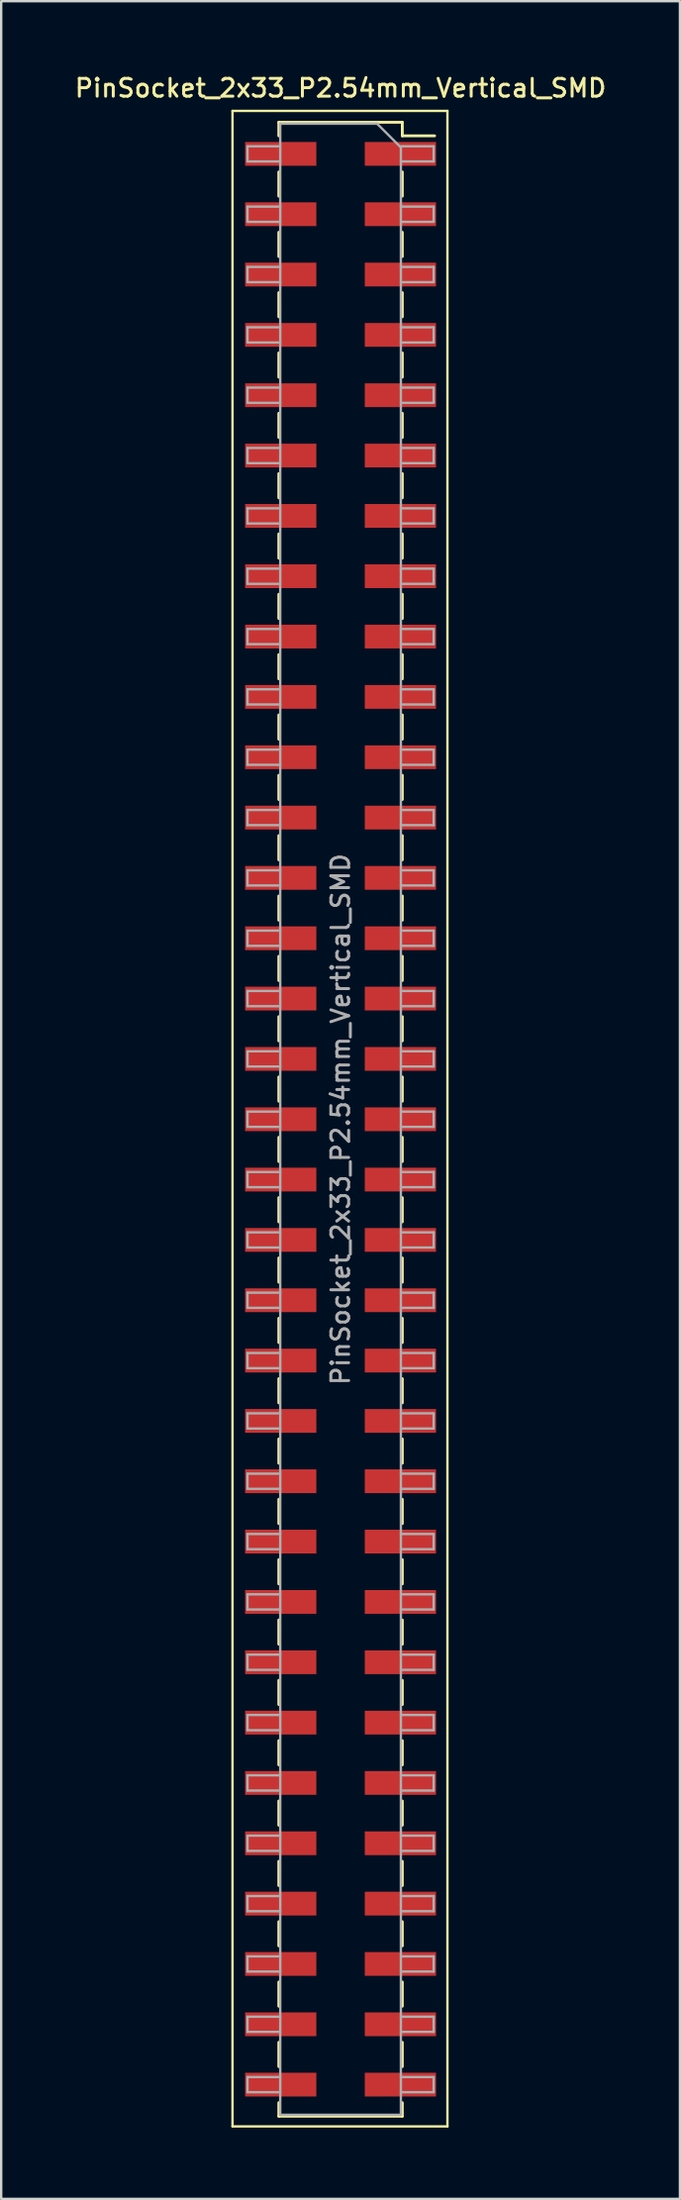
<source format=kicad_pcb>
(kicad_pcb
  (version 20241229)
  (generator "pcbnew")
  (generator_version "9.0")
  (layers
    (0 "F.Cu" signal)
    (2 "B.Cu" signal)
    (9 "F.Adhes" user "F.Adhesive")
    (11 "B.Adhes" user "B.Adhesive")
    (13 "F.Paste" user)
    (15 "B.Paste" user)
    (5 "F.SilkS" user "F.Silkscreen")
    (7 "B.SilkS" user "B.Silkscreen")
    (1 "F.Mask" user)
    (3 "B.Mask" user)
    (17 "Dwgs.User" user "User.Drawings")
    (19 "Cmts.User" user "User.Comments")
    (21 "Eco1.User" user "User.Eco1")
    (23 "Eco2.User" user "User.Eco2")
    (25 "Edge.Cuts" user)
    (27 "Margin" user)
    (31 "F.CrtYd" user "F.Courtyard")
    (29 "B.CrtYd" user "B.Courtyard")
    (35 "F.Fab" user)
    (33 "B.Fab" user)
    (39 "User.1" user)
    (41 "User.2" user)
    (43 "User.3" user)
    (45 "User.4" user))
  (footprint "PinSocket_2x33_P2.54mm_Vertical_SMD"
    (layer "F.Cu")
    (at 11.291 44.068)
    (property "Reference" "PinSocket_2x33_P2.54mm_Vertical_SMD" (at 0 -43.41 0) (layer "F.SilkS") (effects (font (size 0.75 0.75) (thickness 0.125))))
    (attr smd)
    (fp_line (start -4.55 -42.45) (end 4.5 -42.45) (stroke (width 0.1) (type solid)) (layer "F.SilkS"))
    (fp_line (start -4.55 42.4) (end -4.55 -42.45) (stroke (width 0.1) (type solid)) (layer "F.SilkS"))
    (fp_line (start -2.6 -41.97) (end -2.6 -41.4) (stroke (width 0.12) (type solid)) (layer "F.SilkS"))
    (fp_line (start -2.6 -41.97) (end 2.6 -41.97) (stroke (width 0.12) (type solid)) (layer "F.SilkS"))
    (fp_line (start -2.6 -39.88) (end -2.6 -38.86) (stroke (width 0.12) (type solid)) (layer "F.SilkS"))
    (fp_line (start -2.6 -37.34) (end -2.6 -36.32) (stroke (width 0.12) (type solid)) (layer "F.SilkS"))
    (fp_line (start -2.6 -34.8) (end -2.6 -33.78) (stroke (width 0.12) (type solid)) (layer "F.SilkS"))
    (fp_line (start -2.6 -32.26) (end -2.6 -31.24) (stroke (width 0.12) (type solid)) (layer "F.SilkS"))
    (fp_line (start -2.6 -29.72) (end -2.6 -28.7) (stroke (width 0.12) (type solid)) (layer "F.SilkS"))
    (fp_line (start -2.6 -27.18) (end -2.6 -26.16) (stroke (width 0.12) (type solid)) (layer "F.SilkS"))
    (fp_line (start -2.6 -24.64) (end -2.6 -23.62) (stroke (width 0.12) (type solid)) (layer "F.SilkS"))
    (fp_line (start -2.6 -22.1) (end -2.6 -21.08) (stroke (width 0.12) (type solid)) (layer "F.SilkS"))
    (fp_line (start -2.6 -19.56) (end -2.6 -18.54) (stroke (width 0.12) (type solid)) (layer "F.SilkS"))
    (fp_line (start -2.6 -17.02) (end -2.6 -16) (stroke (width 0.12) (type solid)) (layer "F.SilkS"))
    (fp_line (start -2.6 -14.48) (end -2.6 -13.46) (stroke (width 0.12) (type solid)) (layer "F.SilkS"))
    (fp_line (start -2.6 -11.94) (end -2.6 -10.92) (stroke (width 0.12) (type solid)) (layer "F.SilkS"))
    (fp_line (start -2.6 -9.4) (end -2.6 -8.38) (stroke (width 0.12) (type solid)) (layer "F.SilkS"))
    (fp_line (start -2.6 -6.86) (end -2.6 -5.84) (stroke (width 0.12) (type solid)) (layer "F.SilkS"))
    (fp_line (start -2.6 -4.32) (end -2.6 -3.3) (stroke (width 0.12) (type solid)) (layer "F.SilkS"))
    (fp_line (start -2.6 -1.78) (end -2.6 -0.76) (stroke (width 0.12) (type solid)) (layer "F.SilkS"))
    (fp_line (start -2.6 0.76) (end -2.6 1.78) (stroke (width 0.12) (type solid)) (layer "F.SilkS"))
    (fp_line (start -2.6 3.3) (end -2.6 4.32) (stroke (width 0.12) (type solid)) (layer "F.SilkS"))
    (fp_line (start -2.6 5.84) (end -2.6 6.86) (stroke (width 0.12) (type solid)) (layer "F.SilkS"))
    (fp_line (start -2.6 8.38) (end -2.6 9.4) (stroke (width 0.12) (type solid)) (layer "F.SilkS"))
    (fp_line (start -2.6 10.92) (end -2.6 11.94) (stroke (width 0.12) (type solid)) (layer "F.SilkS"))
    (fp_line (start -2.6 13.46) (end -2.6 14.48) (stroke (width 0.12) (type solid)) (layer "F.SilkS"))
    (fp_line (start -2.6 16) (end -2.6 17.02) (stroke (width 0.12) (type solid)) (layer "F.SilkS"))
    (fp_line (start -2.6 18.54) (end -2.6 19.56) (stroke (width 0.12) (type solid)) (layer "F.SilkS"))
    (fp_line (start -2.6 21.08) (end -2.6 22.1) (stroke (width 0.12) (type solid)) (layer "F.SilkS"))
    (fp_line (start -2.6 23.62) (end -2.6 24.64) (stroke (width 0.12) (type solid)) (layer "F.SilkS"))
    (fp_line (start -2.6 26.16) (end -2.6 27.18) (stroke (width 0.12) (type solid)) (layer "F.SilkS"))
    (fp_line (start -2.6 28.7) (end -2.6 29.72) (stroke (width 0.12) (type solid)) (layer "F.SilkS"))
    (fp_line (start -2.6 31.24) (end -2.6 32.26) (stroke (width 0.12) (type solid)) (layer "F.SilkS"))
    (fp_line (start -2.6 33.78) (end -2.6 34.8) (stroke (width 0.12) (type solid)) (layer "F.SilkS"))
    (fp_line (start -2.6 36.32) (end -2.6 37.34) (stroke (width 0.12) (type solid)) (layer "F.SilkS"))
    (fp_line (start -2.6 38.86) (end -2.6 39.88) (stroke (width 0.12) (type solid)) (layer "F.SilkS"))
    (fp_line (start -2.6 41.4) (end -2.6 41.97) (stroke (width 0.12) (type solid)) (layer "F.SilkS"))
    (fp_line (start -2.6 41.97) (end 2.6 41.97) (stroke (width 0.12) (type solid)) (layer "F.SilkS"))
    (fp_line (start 2.6 -41.97) (end 2.6 -41.4) (stroke (width 0.12) (type solid)) (layer "F.SilkS"))
    (fp_line (start 2.6 -41.4) (end 3.96 -41.4) (stroke (width 0.12) (type solid)) (layer "F.SilkS"))
    (fp_line (start 2.6 -39.88) (end 2.6 -38.86) (stroke (width 0.12) (type solid)) (layer "F.SilkS"))
    (fp_line (start 2.6 -37.34) (end 2.6 -36.32) (stroke (width 0.12) (type solid)) (layer "F.SilkS"))
    (fp_line (start 2.6 -34.8) (end 2.6 -33.78) (stroke (width 0.12) (type solid)) (layer "F.SilkS"))
    (fp_line (start 2.6 -32.26) (end 2.6 -31.24) (stroke (width 0.12) (type solid)) (layer "F.SilkS"))
    (fp_line (start 2.6 -29.72) (end 2.6 -28.7) (stroke (width 0.12) (type solid)) (layer "F.SilkS"))
    (fp_line (start 2.6 -27.18) (end 2.6 -26.16) (stroke (width 0.12) (type solid)) (layer "F.SilkS"))
    (fp_line (start 2.6 -24.64) (end 2.6 -23.62) (stroke (width 0.12) (type solid)) (layer "F.SilkS"))
    (fp_line (start 2.6 -22.1) (end 2.6 -21.08) (stroke (width 0.12) (type solid)) (layer "F.SilkS"))
    (fp_line (start 2.6 -19.56) (end 2.6 -18.54) (stroke (width 0.12) (type solid)) (layer "F.SilkS"))
    (fp_line (start 2.6 -17.02) (end 2.6 -16) (stroke (width 0.12) (type solid)) (layer "F.SilkS"))
    (fp_line (start 2.6 -14.48) (end 2.6 -13.46) (stroke (width 0.12) (type solid)) (layer "F.SilkS"))
    (fp_line (start 2.6 -11.94) (end 2.6 -10.92) (stroke (width 0.12) (type solid)) (layer "F.SilkS"))
    (fp_line (start 2.6 -9.4) (end 2.6 -8.38) (stroke (width 0.12) (type solid)) (layer "F.SilkS"))
    (fp_line (start 2.6 -6.86) (end 2.6 -5.84) (stroke (width 0.12) (type solid)) (layer "F.SilkS"))
    (fp_line (start 2.6 -4.32) (end 2.6 -3.3) (stroke (width 0.12) (type solid)) (layer "F.SilkS"))
    (fp_line (start 2.6 -1.78) (end 2.6 -0.76) (stroke (width 0.12) (type solid)) (layer "F.SilkS"))
    (fp_line (start 2.6 0.76) (end 2.6 1.78) (stroke (width 0.12) (type solid)) (layer "F.SilkS"))
    (fp_line (start 2.6 3.3) (end 2.6 4.32) (stroke (width 0.12) (type solid)) (layer "F.SilkS"))
    (fp_line (start 2.6 5.84) (end 2.6 6.86) (stroke (width 0.12) (type solid)) (layer "F.SilkS"))
    (fp_line (start 2.6 8.38) (end 2.6 9.4) (stroke (width 0.12) (type solid)) (layer "F.SilkS"))
    (fp_line (start 2.6 10.92) (end 2.6 11.94) (stroke (width 0.12) (type solid)) (layer "F.SilkS"))
    (fp_line (start 2.6 13.46) (end 2.6 14.48) (stroke (width 0.12) (type solid)) (layer "F.SilkS"))
    (fp_line (start 2.6 16) (end 2.6 17.02) (stroke (width 0.12) (type solid)) (layer "F.SilkS"))
    (fp_line (start 2.6 18.54) (end 2.6 19.56) (stroke (width 0.12) (type solid)) (layer "F.SilkS"))
    (fp_line (start 2.6 21.08) (end 2.6 22.1) (stroke (width 0.12) (type solid)) (layer "F.SilkS"))
    (fp_line (start 2.6 23.62) (end 2.6 24.64) (stroke (width 0.12) (type solid)) (layer "F.SilkS"))
    (fp_line (start 2.6 26.16) (end 2.6 27.18) (stroke (width 0.12) (type solid)) (layer "F.SilkS"))
    (fp_line (start 2.6 28.7) (end 2.6 29.72) (stroke (width 0.12) (type solid)) (layer "F.SilkS"))
    (fp_line (start 2.6 31.24) (end 2.6 32.26) (stroke (width 0.12) (type solid)) (layer "F.SilkS"))
    (fp_line (start 2.6 33.78) (end 2.6 34.8) (stroke (width 0.12) (type solid)) (layer "F.SilkS"))
    (fp_line (start 2.6 36.32) (end 2.6 37.34) (stroke (width 0.12) (type solid)) (layer "F.SilkS"))
    (fp_line (start 2.6 38.86) (end 2.6 39.88) (stroke (width 0.12) (type solid)) (layer "F.SilkS"))
    (fp_line (start 2.6 41.4) (end 2.6 41.97) (stroke (width 0.12) (type solid)) (layer "F.SilkS"))
    (fp_line (start 4.5 -42.45) (end 4.5 42.4) (stroke (width 0.1) (type solid)) (layer "F.SilkS"))
    (fp_line (start 4.5 42.4) (end -4.55 42.4) (stroke (width 0.1) (type solid)) (layer "F.SilkS"))
    (fp_line (start -3.92 -40.96) (end -2.54 -40.96) (stroke (width 0.1) (type solid)) (layer "F.Fab"))
    (fp_line (start -3.92 -40.32) (end -3.92 -40.96) (stroke (width 0.1) (type solid)) (layer "F.Fab"))
    (fp_line (start -3.92 -38.42) (end -2.54 -38.42) (stroke (width 0.1) (type solid)) (layer "F.Fab"))
    (fp_line (start -3.92 -37.78) (end -3.92 -38.42) (stroke (width 0.1) (type solid)) (layer "F.Fab"))
    (fp_line (start -3.92 -35.88) (end -2.54 -35.88) (stroke (width 0.1) (type solid)) (layer "F.Fab"))
    (fp_line (start -3.92 -35.24) (end -3.92 -35.88) (stroke (width 0.1) (type solid)) (layer "F.Fab"))
    (fp_line (start -3.92 -33.34) (end -2.54 -33.34) (stroke (width 0.1) (type solid)) (layer "F.Fab"))
    (fp_line (start -3.92 -32.7) (end -3.92 -33.34) (stroke (width 0.1) (type solid)) (layer "F.Fab"))
    (fp_line (start -3.92 -30.8) (end -2.54 -30.8) (stroke (width 0.1) (type solid)) (layer "F.Fab"))
    (fp_line (start -3.92 -30.16) (end -3.92 -30.8) (stroke (width 0.1) (type solid)) (layer "F.Fab"))
    (fp_line (start -3.92 -28.26) (end -2.54 -28.26) (stroke (width 0.1) (type solid)) (layer "F.Fab"))
    (fp_line (start -3.92 -27.62) (end -3.92 -28.26) (stroke (width 0.1) (type solid)) (layer "F.Fab"))
    (fp_line (start -3.92 -25.72) (end -2.54 -25.72) (stroke (width 0.1) (type solid)) (layer "F.Fab"))
    (fp_line (start -3.92 -25.08) (end -3.92 -25.72) (stroke (width 0.1) (type solid)) (layer "F.Fab"))
    (fp_line (start -3.92 -23.18) (end -2.54 -23.18) (stroke (width 0.1) (type solid)) (layer "F.Fab"))
    (fp_line (start -3.92 -22.54) (end -3.92 -23.18) (stroke (width 0.1) (type solid)) (layer "F.Fab"))
    (fp_line (start -3.92 -20.64) (end -2.54 -20.64) (stroke (width 0.1) (type solid)) (layer "F.Fab"))
    (fp_line (start -3.92 -20) (end -3.92 -20.64) (stroke (width 0.1) (type solid)) (layer "F.Fab"))
    (fp_line (start -3.92 -18.1) (end -2.54 -18.1) (stroke (width 0.1) (type solid)) (layer "F.Fab"))
    (fp_line (start -3.92 -17.46) (end -3.92 -18.1) (stroke (width 0.1) (type solid)) (layer "F.Fab"))
    (fp_line (start -3.92 -15.56) (end -2.54 -15.56) (stroke (width 0.1) (type solid)) (layer "F.Fab"))
    (fp_line (start -3.92 -14.92) (end -3.92 -15.56) (stroke (width 0.1) (type solid)) (layer "F.Fab"))
    (fp_line (start -3.92 -13.02) (end -2.54 -13.02) (stroke (width 0.1) (type solid)) (layer "F.Fab"))
    (fp_line (start -3.92 -12.38) (end -3.92 -13.02) (stroke (width 0.1) (type solid)) (layer "F.Fab"))
    (fp_line (start -3.92 -10.48) (end -2.54 -10.48) (stroke (width 0.1) (type solid)) (layer "F.Fab"))
    (fp_line (start -3.92 -9.84) (end -3.92 -10.48) (stroke (width 0.1) (type solid)) (layer "F.Fab"))
    (fp_line (start -3.92 -7.94) (end -2.54 -7.94) (stroke (width 0.1) (type solid)) (layer "F.Fab"))
    (fp_line (start -3.92 -7.3) (end -3.92 -7.94) (stroke (width 0.1) (type solid)) (layer "F.Fab"))
    (fp_line (start -3.92 -5.4) (end -2.54 -5.4) (stroke (width 0.1) (type solid)) (layer "F.Fab"))
    (fp_line (start -3.92 -4.76) (end -3.92 -5.4) (stroke (width 0.1) (type solid)) (layer "F.Fab"))
    (fp_line (start -3.92 -2.86) (end -2.54 -2.86) (stroke (width 0.1) (type solid)) (layer "F.Fab"))
    (fp_line (start -3.92 -2.22) (end -3.92 -2.86) (stroke (width 0.1) (type solid)) (layer "F.Fab"))
    (fp_line (start -3.92 -0.32) (end -2.54 -0.32) (stroke (width 0.1) (type solid)) (layer "F.Fab"))
    (fp_line (start -3.92 0.32) (end -3.92 -0.32) (stroke (width 0.1) (type solid)) (layer "F.Fab"))
    (fp_line (start -3.92 2.22) (end -2.54 2.22) (stroke (width 0.1) (type solid)) (layer "F.Fab"))
    (fp_line (start -3.92 2.86) (end -3.92 2.22) (stroke (width 0.1) (type solid)) (layer "F.Fab"))
    (fp_line (start -3.92 4.76) (end -2.54 4.76) (stroke (width 0.1) (type solid)) (layer "F.Fab"))
    (fp_line (start -3.92 5.4) (end -3.92 4.76) (stroke (width 0.1) (type solid)) (layer "F.Fab"))
    (fp_line (start -3.92 7.3) (end -2.54 7.3) (stroke (width 0.1) (type solid)) (layer "F.Fab"))
    (fp_line (start -3.92 7.94) (end -3.92 7.3) (stroke (width 0.1) (type solid)) (layer "F.Fab"))
    (fp_line (start -3.92 9.84) (end -2.54 9.84) (stroke (width 0.1) (type solid)) (layer "F.Fab"))
    (fp_line (start -3.92 10.48) (end -3.92 9.84) (stroke (width 0.1) (type solid)) (layer "F.Fab"))
    (fp_line (start -3.92 12.38) (end -2.54 12.38) (stroke (width 0.1) (type solid)) (layer "F.Fab"))
    (fp_line (start -3.92 13.02) (end -3.92 12.38) (stroke (width 0.1) (type solid)) (layer "F.Fab"))
    (fp_line (start -3.92 14.92) (end -2.54 14.92) (stroke (width 0.1) (type solid)) (layer "F.Fab"))
    (fp_line (start -3.92 15.56) (end -3.92 14.92) (stroke (width 0.1) (type solid)) (layer "F.Fab"))
    (fp_line (start -3.92 17.46) (end -2.54 17.46) (stroke (width 0.1) (type solid)) (layer "F.Fab"))
    (fp_line (start -3.92 18.1) (end -3.92 17.46) (stroke (width 0.1) (type solid)) (layer "F.Fab"))
    (fp_line (start -3.92 20) (end -2.54 20) (stroke (width 0.1) (type solid)) (layer "F.Fab"))
    (fp_line (start -3.92 20.64) (end -3.92 20) (stroke (width 0.1) (type solid)) (layer "F.Fab"))
    (fp_line (start -3.92 22.54) (end -2.54 22.54) (stroke (width 0.1) (type solid)) (layer "F.Fab"))
    (fp_line (start -3.92 23.18) (end -3.92 22.54) (stroke (width 0.1) (type solid)) (layer "F.Fab"))
    (fp_line (start -3.92 25.08) (end -2.54 25.08) (stroke (width 0.1) (type solid)) (layer "F.Fab"))
    (fp_line (start -3.92 25.72) (end -3.92 25.08) (stroke (width 0.1) (type solid)) (layer "F.Fab"))
    (fp_line (start -3.92 27.62) (end -2.54 27.62) (stroke (width 0.1) (type solid)) (layer "F.Fab"))
    (fp_line (start -3.92 28.26) (end -3.92 27.62) (stroke (width 0.1) (type solid)) (layer "F.Fab"))
    (fp_line (start -3.92 30.16) (end -2.54 30.16) (stroke (width 0.1) (type solid)) (layer "F.Fab"))
    (fp_line (start -3.92 30.8) (end -3.92 30.16) (stroke (width 0.1) (type solid)) (layer "F.Fab"))
    (fp_line (start -3.92 32.7) (end -2.54 32.7) (stroke (width 0.1) (type solid)) (layer "F.Fab"))
    (fp_line (start -3.92 33.34) (end -3.92 32.7) (stroke (width 0.1) (type solid)) (layer "F.Fab"))
    (fp_line (start -3.92 35.24) (end -2.54 35.24) (stroke (width 0.1) (type solid)) (layer "F.Fab"))
    (fp_line (start -3.92 35.88) (end -3.92 35.24) (stroke (width 0.1) (type solid)) (layer "F.Fab"))
    (fp_line (start -3.92 37.78) (end -2.54 37.78) (stroke (width 0.1) (type solid)) (layer "F.Fab"))
    (fp_line (start -3.92 38.42) (end -3.92 37.78) (stroke (width 0.1) (type solid)) (layer "F.Fab"))
    (fp_line (start -3.92 40.32) (end -2.54 40.32) (stroke (width 0.1) (type solid)) (layer "F.Fab"))
    (fp_line (start -3.92 40.96) (end -3.92 40.32) (stroke (width 0.1) (type solid)) (layer "F.Fab"))
    (fp_line (start -2.54 -41.91) (end 1.54 -41.91) (stroke (width 0.1) (type solid)) (layer "F.Fab"))
    (fp_line (start -2.54 -40.32) (end -3.92 -40.32) (stroke (width 0.1) (type solid)) (layer "F.Fab"))
    (fp_line (start -2.54 -37.78) (end -3.92 -37.78) (stroke (width 0.1) (type solid)) (layer "F.Fab"))
    (fp_line (start -2.54 -35.24) (end -3.92 -35.24) (stroke (width 0.1) (type solid)) (layer "F.Fab"))
    (fp_line (start -2.54 -32.7) (end -3.92 -32.7) (stroke (width 0.1) (type solid)) (layer "F.Fab"))
    (fp_line (start -2.54 -30.16) (end -3.92 -30.16) (stroke (width 0.1) (type solid)) (layer "F.Fab"))
    (fp_line (start -2.54 -27.62) (end -3.92 -27.62) (stroke (width 0.1) (type solid)) (layer "F.Fab"))
    (fp_line (start -2.54 -25.08) (end -3.92 -25.08) (stroke (width 0.1) (type solid)) (layer "F.Fab"))
    (fp_line (start -2.54 -22.54) (end -3.92 -22.54) (stroke (width 0.1) (type solid)) (layer "F.Fab"))
    (fp_line (start -2.54 -20) (end -3.92 -20) (stroke (width 0.1) (type solid)) (layer "F.Fab"))
    (fp_line (start -2.54 -17.46) (end -3.92 -17.46) (stroke (width 0.1) (type solid)) (layer "F.Fab"))
    (fp_line (start -2.54 -14.92) (end -3.92 -14.92) (stroke (width 0.1) (type solid)) (layer "F.Fab"))
    (fp_line (start -2.54 -12.38) (end -3.92 -12.38) (stroke (width 0.1) (type solid)) (layer "F.Fab"))
    (fp_line (start -2.54 -9.84) (end -3.92 -9.84) (stroke (width 0.1) (type solid)) (layer "F.Fab"))
    (fp_line (start -2.54 -7.3) (end -3.92 -7.3) (stroke (width 0.1) (type solid)) (layer "F.Fab"))
    (fp_line (start -2.54 -4.76) (end -3.92 -4.76) (stroke (width 0.1) (type solid)) (layer "F.Fab"))
    (fp_line (start -2.54 -2.22) (end -3.92 -2.22) (stroke (width 0.1) (type solid)) (layer "F.Fab"))
    (fp_line (start -2.54 0.32) (end -3.92 0.32) (stroke (width 0.1) (type solid)) (layer "F.Fab"))
    (fp_line (start -2.54 2.86) (end -3.92 2.86) (stroke (width 0.1) (type solid)) (layer "F.Fab"))
    (fp_line (start -2.54 5.4) (end -3.92 5.4) (stroke (width 0.1) (type solid)) (layer "F.Fab"))
    (fp_line (start -2.54 7.94) (end -3.92 7.94) (stroke (width 0.1) (type solid)) (layer "F.Fab"))
    (fp_line (start -2.54 10.48) (end -3.92 10.48) (stroke (width 0.1) (type solid)) (layer "F.Fab"))
    (fp_line (start -2.54 13.02) (end -3.92 13.02) (stroke (width 0.1) (type solid)) (layer "F.Fab"))
    (fp_line (start -2.54 15.56) (end -3.92 15.56) (stroke (width 0.1) (type solid)) (layer "F.Fab"))
    (fp_line (start -2.54 18.1) (end -3.92 18.1) (stroke (width 0.1) (type solid)) (layer "F.Fab"))
    (fp_line (start -2.54 20.64) (end -3.92 20.64) (stroke (width 0.1) (type solid)) (layer "F.Fab"))
    (fp_line (start -2.54 23.18) (end -3.92 23.18) (stroke (width 0.1) (type solid)) (layer "F.Fab"))
    (fp_line (start -2.54 25.72) (end -3.92 25.72) (stroke (width 0.1) (type solid)) (layer "F.Fab"))
    (fp_line (start -2.54 28.26) (end -3.92 28.26) (stroke (width 0.1) (type solid)) (layer "F.Fab"))
    (fp_line (start -2.54 30.8) (end -3.92 30.8) (stroke (width 0.1) (type solid)) (layer "F.Fab"))
    (fp_line (start -2.54 33.34) (end -3.92 33.34) (stroke (width 0.1) (type solid)) (layer "F.Fab"))
    (fp_line (start -2.54 35.88) (end -3.92 35.88) (stroke (width 0.1) (type solid)) (layer "F.Fab"))
    (fp_line (start -2.54 38.42) (end -3.92 38.42) (stroke (width 0.1) (type solid)) (layer "F.Fab"))
    (fp_line (start -2.54 40.96) (end -3.92 40.96) (stroke (width 0.1) (type solid)) (layer "F.Fab"))
    (fp_line (start -2.54 41.91) (end -2.54 -41.91) (stroke (width 0.1) (type solid)) (layer "F.Fab"))
    (fp_line (start 1.54 -41.91) (end 2.54 -40.91) (stroke (width 0.1) (type solid)) (layer "F.Fab"))
    (fp_line (start 2.54 -40.96) (end 3.92 -40.96) (stroke (width 0.1) (type solid)) (layer "F.Fab"))
    (fp_line (start 2.54 -40.91) (end 2.54 41.91) (stroke (width 0.1) (type solid)) (layer "F.Fab"))
    (fp_line (start 2.54 -38.42) (end 3.92 -38.42) (stroke (width 0.1) (type solid)) (layer "F.Fab"))
    (fp_line (start 2.54 -35.88) (end 3.92 -35.88) (stroke (width 0.1) (type solid)) (layer "F.Fab"))
    (fp_line (start 2.54 -33.34) (end 3.92 -33.34) (stroke (width 0.1) (type solid)) (layer "F.Fab"))
    (fp_line (start 2.54 -30.8) (end 3.92 -30.8) (stroke (width 0.1) (type solid)) (layer "F.Fab"))
    (fp_line (start 2.54 -28.26) (end 3.92 -28.26) (stroke (width 0.1) (type solid)) (layer "F.Fab"))
    (fp_line (start 2.54 -25.72) (end 3.92 -25.72) (stroke (width 0.1) (type solid)) (layer "F.Fab"))
    (fp_line (start 2.54 -23.18) (end 3.92 -23.18) (stroke (width 0.1) (type solid)) (layer "F.Fab"))
    (fp_line (start 2.54 -20.64) (end 3.92 -20.64) (stroke (width 0.1) (type solid)) (layer "F.Fab"))
    (fp_line (start 2.54 -18.1) (end 3.92 -18.1) (stroke (width 0.1) (type solid)) (layer "F.Fab"))
    (fp_line (start 2.54 -15.56) (end 3.92 -15.56) (stroke (width 0.1) (type solid)) (layer "F.Fab"))
    (fp_line (start 2.54 -13.02) (end 3.92 -13.02) (stroke (width 0.1) (type solid)) (layer "F.Fab"))
    (fp_line (start 2.54 -10.48) (end 3.92 -10.48) (stroke (width 0.1) (type solid)) (layer "F.Fab"))
    (fp_line (start 2.54 -7.94) (end 3.92 -7.94) (stroke (width 0.1) (type solid)) (layer "F.Fab"))
    (fp_line (start 2.54 -5.4) (end 3.92 -5.4) (stroke (width 0.1) (type solid)) (layer "F.Fab"))
    (fp_line (start 2.54 -2.86) (end 3.92 -2.86) (stroke (width 0.1) (type solid)) (layer "F.Fab"))
    (fp_line (start 2.54 -0.32) (end 3.92 -0.32) (stroke (width 0.1) (type solid)) (layer "F.Fab"))
    (fp_line (start 2.54 2.22) (end 3.92 2.22) (stroke (width 0.1) (type solid)) (layer "F.Fab"))
    (fp_line (start 2.54 4.76) (end 3.92 4.76) (stroke (width 0.1) (type solid)) (layer "F.Fab"))
    (fp_line (start 2.54 7.3) (end 3.92 7.3) (stroke (width 0.1) (type solid)) (layer "F.Fab"))
    (fp_line (start 2.54 9.84) (end 3.92 9.84) (stroke (width 0.1) (type solid)) (layer "F.Fab"))
    (fp_line (start 2.54 12.38) (end 3.92 12.38) (stroke (width 0.1) (type solid)) (layer "F.Fab"))
    (fp_line (start 2.54 14.92) (end 3.92 14.92) (stroke (width 0.1) (type solid)) (layer "F.Fab"))
    (fp_line (start 2.54 17.46) (end 3.92 17.46) (stroke (width 0.1) (type solid)) (layer "F.Fab"))
    (fp_line (start 2.54 20) (end 3.92 20) (stroke (width 0.1) (type solid)) (layer "F.Fab"))
    (fp_line (start 2.54 22.54) (end 3.92 22.54) (stroke (width 0.1) (type solid)) (layer "F.Fab"))
    (fp_line (start 2.54 25.08) (end 3.92 25.08) (stroke (width 0.1) (type solid)) (layer "F.Fab"))
    (fp_line (start 2.54 27.62) (end 3.92 27.62) (stroke (width 0.1) (type solid)) (layer "F.Fab"))
    (fp_line (start 2.54 30.16) (end 3.92 30.16) (stroke (width 0.1) (type solid)) (layer "F.Fab"))
    (fp_line (start 2.54 32.7) (end 3.92 32.7) (stroke (width 0.1) (type solid)) (layer "F.Fab"))
    (fp_line (start 2.54 35.24) (end 3.92 35.24) (stroke (width 0.1) (type solid)) (layer "F.Fab"))
    (fp_line (start 2.54 37.78) (end 3.92 37.78) (stroke (width 0.1) (type solid)) (layer "F.Fab"))
    (fp_line (start 2.54 40.32) (end 3.92 40.32) (stroke (width 0.1) (type solid)) (layer "F.Fab"))
    (fp_line (start 2.54 41.91) (end -2.54 41.91) (stroke (width 0.1) (type solid)) (layer "F.Fab"))
    (fp_line (start 3.92 -40.96) (end 3.92 -40.32) (stroke (width 0.1) (type solid)) (layer "F.Fab"))
    (fp_line (start 3.92 -40.32) (end 2.54 -40.32) (stroke (width 0.1) (type solid)) (layer "F.Fab"))
    (fp_line (start 3.92 -38.42) (end 3.92 -37.78) (stroke (width 0.1) (type solid)) (layer "F.Fab"))
    (fp_line (start 3.92 -37.78) (end 2.54 -37.78) (stroke (width 0.1) (type solid)) (layer "F.Fab"))
    (fp_line (start 3.92 -35.88) (end 3.92 -35.24) (stroke (width 0.1) (type solid)) (layer "F.Fab"))
    (fp_line (start 3.92 -35.24) (end 2.54 -35.24) (stroke (width 0.1) (type solid)) (layer "F.Fab"))
    (fp_line (start 3.92 -33.34) (end 3.92 -32.7) (stroke (width 0.1) (type solid)) (layer "F.Fab"))
    (fp_line (start 3.92 -32.7) (end 2.54 -32.7) (stroke (width 0.1) (type solid)) (layer "F.Fab"))
    (fp_line (start 3.92 -30.8) (end 3.92 -30.16) (stroke (width 0.1) (type solid)) (layer "F.Fab"))
    (fp_line (start 3.92 -30.16) (end 2.54 -30.16) (stroke (width 0.1) (type solid)) (layer "F.Fab"))
    (fp_line (start 3.92 -28.26) (end 3.92 -27.62) (stroke (width 0.1) (type solid)) (layer "F.Fab"))
    (fp_line (start 3.92 -27.62) (end 2.54 -27.62) (stroke (width 0.1) (type solid)) (layer "F.Fab"))
    (fp_line (start 3.92 -25.72) (end 3.92 -25.08) (stroke (width 0.1) (type solid)) (layer "F.Fab"))
    (fp_line (start 3.92 -25.08) (end 2.54 -25.08) (stroke (width 0.1) (type solid)) (layer "F.Fab"))
    (fp_line (start 3.92 -23.18) (end 3.92 -22.54) (stroke (width 0.1) (type solid)) (layer "F.Fab"))
    (fp_line (start 3.92 -22.54) (end 2.54 -22.54) (stroke (width 0.1) (type solid)) (layer "F.Fab"))
    (fp_line (start 3.92 -20.64) (end 3.92 -20) (stroke (width 0.1) (type solid)) (layer "F.Fab"))
    (fp_line (start 3.92 -20) (end 2.54 -20) (stroke (width 0.1) (type solid)) (layer "F.Fab"))
    (fp_line (start 3.92 -18.1) (end 3.92 -17.46) (stroke (width 0.1) (type solid)) (layer "F.Fab"))
    (fp_line (start 3.92 -17.46) (end 2.54 -17.46) (stroke (width 0.1) (type solid)) (layer "F.Fab"))
    (fp_line (start 3.92 -15.56) (end 3.92 -14.92) (stroke (width 0.1) (type solid)) (layer "F.Fab"))
    (fp_line (start 3.92 -14.92) (end 2.54 -14.92) (stroke (width 0.1) (type solid)) (layer "F.Fab"))
    (fp_line (start 3.92 -13.02) (end 3.92 -12.38) (stroke (width 0.1) (type solid)) (layer "F.Fab"))
    (fp_line (start 3.92 -12.38) (end 2.54 -12.38) (stroke (width 0.1) (type solid)) (layer "F.Fab"))
    (fp_line (start 3.92 -10.48) (end 3.92 -9.84) (stroke (width 0.1) (type solid)) (layer "F.Fab"))
    (fp_line (start 3.92 -9.84) (end 2.54 -9.84) (stroke (width 0.1) (type solid)) (layer "F.Fab"))
    (fp_line (start 3.92 -7.94) (end 3.92 -7.3) (stroke (width 0.1) (type solid)) (layer "F.Fab"))
    (fp_line (start 3.92 -7.3) (end 2.54 -7.3) (stroke (width 0.1) (type solid)) (layer "F.Fab"))
    (fp_line (start 3.92 -5.4) (end 3.92 -4.76) (stroke (width 0.1) (type solid)) (layer "F.Fab"))
    (fp_line (start 3.92 -4.76) (end 2.54 -4.76) (stroke (width 0.1) (type solid)) (layer "F.Fab"))
    (fp_line (start 3.92 -2.86) (end 3.92 -2.22) (stroke (width 0.1) (type solid)) (layer "F.Fab"))
    (fp_line (start 3.92 -2.22) (end 2.54 -2.22) (stroke (width 0.1) (type solid)) (layer "F.Fab"))
    (fp_line (start 3.92 -0.32) (end 3.92 0.32) (stroke (width 0.1) (type solid)) (layer "F.Fab"))
    (fp_line (start 3.92 0.32) (end 2.54 0.32) (stroke (width 0.1) (type solid)) (layer "F.Fab"))
    (fp_line (start 3.92 2.22) (end 3.92 2.86) (stroke (width 0.1) (type solid)) (layer "F.Fab"))
    (fp_line (start 3.92 2.86) (end 2.54 2.86) (stroke (width 0.1) (type solid)) (layer "F.Fab"))
    (fp_line (start 3.92 4.76) (end 3.92 5.4) (stroke (width 0.1) (type solid)) (layer "F.Fab"))
    (fp_line (start 3.92 5.4) (end 2.54 5.4) (stroke (width 0.1) (type solid)) (layer "F.Fab"))
    (fp_line (start 3.92 7.3) (end 3.92 7.94) (stroke (width 0.1) (type solid)) (layer "F.Fab"))
    (fp_line (start 3.92 7.94) (end 2.54 7.94) (stroke (width 0.1) (type solid)) (layer "F.Fab"))
    (fp_line (start 3.92 9.84) (end 3.92 10.48) (stroke (width 0.1) (type solid)) (layer "F.Fab"))
    (fp_line (start 3.92 10.48) (end 2.54 10.48) (stroke (width 0.1) (type solid)) (layer "F.Fab"))
    (fp_line (start 3.92 12.38) (end 3.92 13.02) (stroke (width 0.1) (type solid)) (layer "F.Fab"))
    (fp_line (start 3.92 13.02) (end 2.54 13.02) (stroke (width 0.1) (type solid)) (layer "F.Fab"))
    (fp_line (start 3.92 14.92) (end 3.92 15.56) (stroke (width 0.1) (type solid)) (layer "F.Fab"))
    (fp_line (start 3.92 15.56) (end 2.54 15.56) (stroke (width 0.1) (type solid)) (layer "F.Fab"))
    (fp_line (start 3.92 17.46) (end 3.92 18.1) (stroke (width 0.1) (type solid)) (layer "F.Fab"))
    (fp_line (start 3.92 18.1) (end 2.54 18.1) (stroke (width 0.1) (type solid)) (layer "F.Fab"))
    (fp_line (start 3.92 20) (end 3.92 20.64) (stroke (width 0.1) (type solid)) (layer "F.Fab"))
    (fp_line (start 3.92 20.64) (end 2.54 20.64) (stroke (width 0.1) (type solid)) (layer "F.Fab"))
    (fp_line (start 3.92 22.54) (end 3.92 23.18) (stroke (width 0.1) (type solid)) (layer "F.Fab"))
    (fp_line (start 3.92 23.18) (end 2.54 23.18) (stroke (width 0.1) (type solid)) (layer "F.Fab"))
    (fp_line (start 3.92 25.08) (end 3.92 25.72) (stroke (width 0.1) (type solid)) (layer "F.Fab"))
    (fp_line (start 3.92 25.72) (end 2.54 25.72) (stroke (width 0.1) (type solid)) (layer "F.Fab"))
    (fp_line (start 3.92 27.62) (end 3.92 28.26) (stroke (width 0.1) (type solid)) (layer "F.Fab"))
    (fp_line (start 3.92 28.26) (end 2.54 28.26) (stroke (width 0.1) (type solid)) (layer "F.Fab"))
    (fp_line (start 3.92 30.16) (end 3.92 30.8) (stroke (width 0.1) (type solid)) (layer "F.Fab"))
    (fp_line (start 3.92 30.8) (end 2.54 30.8) (stroke (width 0.1) (type solid)) (layer "F.Fab"))
    (fp_line (start 3.92 32.7) (end 3.92 33.34) (stroke (width 0.1) (type solid)) (layer "F.Fab"))
    (fp_line (start 3.92 33.34) (end 2.54 33.34) (stroke (width 0.1) (type solid)) (layer "F.Fab"))
    (fp_line (start 3.92 35.24) (end 3.92 35.88) (stroke (width 0.1) (type solid)) (layer "F.Fab"))
    (fp_line (start 3.92 35.88) (end 2.54 35.88) (stroke (width 0.1) (type solid)) (layer "F.Fab"))
    (fp_line (start 3.92 37.78) (end 3.92 38.42) (stroke (width 0.1) (type solid)) (layer "F.Fab"))
    (fp_line (start 3.92 38.42) (end 2.54 38.42) (stroke (width 0.1) (type solid)) (layer "F.Fab"))
    (fp_line (start 3.92 40.32) (end 3.92 40.96) (stroke (width 0.1) (type solid)) (layer "F.Fab"))
    (fp_line (start 3.92 40.96) (end 2.54 40.96) (stroke (width 0.1) (type solid)) (layer "F.Fab"))
    (fp_text user "${REFERENCE}" (at 0 0 90) (layer "F.Fab") (effects (font (size 0.75 0.75) (thickness 0.125))))
    (pad "1" smd rect (at 2.52 -40.64) (size 3 1) (layers "F.Cu" "F.Mask" "F.Paste"))
    (pad "2" smd rect (at -2.52 -40.64) (size 3 1) (layers "F.Cu" "F.Mask" "F.Paste"))
    (pad "3" smd rect (at 2.52 -38.1) (size 3 1) (layers "F.Cu" "F.Mask" "F.Paste"))
    (pad "4" smd rect (at -2.52 -38.1) (size 3 1) (layers "F.Cu" "F.Mask" "F.Paste"))
    (pad "5" smd rect (at 2.52 -35.56) (size 3 1) (layers "F.Cu" "F.Mask" "F.Paste"))
    (pad "6" smd rect (at -2.52 -35.56) (size 3 1) (layers "F.Cu" "F.Mask" "F.Paste"))
    (pad "7" smd rect (at 2.52 -33.02) (size 3 1) (layers "F.Cu" "F.Mask" "F.Paste"))
    (pad "8" smd rect (at -2.52 -33.02) (size 3 1) (layers "F.Cu" "F.Mask" "F.Paste"))
    (pad "9" smd rect (at 2.52 -30.48) (size 3 1) (layers "F.Cu" "F.Mask" "F.Paste"))
    (pad "10" smd rect (at -2.52 -30.48) (size 3 1) (layers "F.Cu" "F.Mask" "F.Paste"))
    (pad "11" smd rect (at 2.52 -27.94) (size 3 1) (layers "F.Cu" "F.Mask" "F.Paste"))
    (pad "12" smd rect (at -2.52 -27.94) (size 3 1) (layers "F.Cu" "F.Mask" "F.Paste"))
    (pad "13" smd rect (at 2.52 -25.4) (size 3 1) (layers "F.Cu" "F.Mask" "F.Paste"))
    (pad "14" smd rect (at -2.52 -25.4) (size 3 1) (layers "F.Cu" "F.Mask" "F.Paste"))
    (pad "15" smd rect (at 2.52 -22.86) (size 3 1) (layers "F.Cu" "F.Mask" "F.Paste"))
    (pad "16" smd rect (at -2.52 -22.86) (size 3 1) (layers "F.Cu" "F.Mask" "F.Paste"))
    (pad "17" smd rect (at 2.52 -20.32) (size 3 1) (layers "F.Cu" "F.Mask" "F.Paste"))
    (pad "18" smd rect (at -2.52 -20.32) (size 3 1) (layers "F.Cu" "F.Mask" "F.Paste"))
    (pad "19" smd rect (at 2.52 -17.78) (size 3 1) (layers "F.Cu" "F.Mask" "F.Paste"))
    (pad "20" smd rect (at -2.52 -17.78) (size 3 1) (layers "F.Cu" "F.Mask" "F.Paste"))
    (pad "21" smd rect (at 2.52 -15.24) (size 3 1) (layers "F.Cu" "F.Mask" "F.Paste"))
    (pad "22" smd rect (at -2.52 -15.24) (size 3 1) (layers "F.Cu" "F.Mask" "F.Paste"))
    (pad "23" smd rect (at 2.52 -12.7) (size 3 1) (layers "F.Cu" "F.Mask" "F.Paste"))
    (pad "24" smd rect (at -2.52 -12.7) (size 3 1) (layers "F.Cu" "F.Mask" "F.Paste"))
    (pad "25" smd rect (at 2.52 -10.16) (size 3 1) (layers "F.Cu" "F.Mask" "F.Paste"))
    (pad "26" smd rect (at -2.52 -10.16) (size 3 1) (layers "F.Cu" "F.Mask" "F.Paste"))
    (pad "27" smd rect (at 2.52 -7.62) (size 3 1) (layers "F.Cu" "F.Mask" "F.Paste"))
    (pad "28" smd rect (at -2.52 -7.62) (size 3 1) (layers "F.Cu" "F.Mask" "F.Paste"))
    (pad "29" smd rect (at 2.52 -5.08) (size 3 1) (layers "F.Cu" "F.Mask" "F.Paste"))
    (pad "30" smd rect (at -2.52 -5.08) (size 3 1) (layers "F.Cu" "F.Mask" "F.Paste"))
    (pad "31" smd rect (at 2.52 -2.54) (size 3 1) (layers "F.Cu" "F.Mask" "F.Paste"))
    (pad "32" smd rect (at -2.52 -2.54) (size 3 1) (layers "F.Cu" "F.Mask" "F.Paste"))
    (pad "33" smd rect (at 2.52 0) (size 3 1) (layers "F.Cu" "F.Mask" "F.Paste"))
    (pad "34" smd rect (at -2.52 0) (size 3 1) (layers "F.Cu" "F.Mask" "F.Paste"))
    (pad "35" smd rect (at 2.52 2.54) (size 3 1) (layers "F.Cu" "F.Mask" "F.Paste"))
    (pad "36" smd rect (at -2.52 2.54) (size 3 1) (layers "F.Cu" "F.Mask" "F.Paste"))
    (pad "37" smd rect (at 2.52 5.08) (size 3 1) (layers "F.Cu" "F.Mask" "F.Paste"))
    (pad "38" smd rect (at -2.52 5.08) (size 3 1) (layers "F.Cu" "F.Mask" "F.Paste"))
    (pad "39" smd rect (at 2.52 7.62) (size 3 1) (layers "F.Cu" "F.Mask" "F.Paste"))
    (pad "40" smd rect (at -2.52 7.62) (size 3 1) (layers "F.Cu" "F.Mask" "F.Paste"))
    (pad "41" smd rect (at 2.52 10.16) (size 3 1) (layers "F.Cu" "F.Mask" "F.Paste"))
    (pad "42" smd rect (at -2.52 10.16) (size 3 1) (layers "F.Cu" "F.Mask" "F.Paste"))
    (pad "43" smd rect (at 2.52 12.7) (size 3 1) (layers "F.Cu" "F.Mask" "F.Paste"))
    (pad "44" smd rect (at -2.52 12.7) (size 3 1) (layers "F.Cu" "F.Mask" "F.Paste"))
    (pad "45" smd rect (at 2.52 15.24) (size 3 1) (layers "F.Cu" "F.Mask" "F.Paste"))
    (pad "46" smd rect (at -2.52 15.24) (size 3 1) (layers "F.Cu" "F.Mask" "F.Paste"))
    (pad "47" smd rect (at 2.52 17.78) (size 3 1) (layers "F.Cu" "F.Mask" "F.Paste"))
    (pad "48" smd rect (at -2.52 17.78) (size 3 1) (layers "F.Cu" "F.Mask" "F.Paste"))
    (pad "49" smd rect (at 2.52 20.32) (size 3 1) (layers "F.Cu" "F.Mask" "F.Paste"))
    (pad "50" smd rect (at -2.52 20.32) (size 3 1) (layers "F.Cu" "F.Mask" "F.Paste"))
    (pad "51" smd rect (at 2.52 22.86) (size 3 1) (layers "F.Cu" "F.Mask" "F.Paste"))
    (pad "52" smd rect (at -2.52 22.86) (size 3 1) (layers "F.Cu" "F.Mask" "F.Paste"))
    (pad "53" smd rect (at 2.52 25.4) (size 3 1) (layers "F.Cu" "F.Mask" "F.Paste"))
    (pad "54" smd rect (at -2.52 25.4) (size 3 1) (layers "F.Cu" "F.Mask" "F.Paste"))
    (pad "55" smd rect (at 2.52 27.94) (size 3 1) (layers "F.Cu" "F.Mask" "F.Paste"))
    (pad "56" smd rect (at -2.52 27.94) (size 3 1) (layers "F.Cu" "F.Mask" "F.Paste"))
    (pad "57" smd rect (at 2.52 30.48) (size 3 1) (layers "F.Cu" "F.Mask" "F.Paste"))
    (pad "58" smd rect (at -2.52 30.48) (size 3 1) (layers "F.Cu" "F.Mask" "F.Paste"))
    (pad "59" smd rect (at 2.52 33.02) (size 3 1) (layers "F.Cu" "F.Mask" "F.Paste"))
    (pad "60" smd rect (at -2.52 33.02) (size 3 1) (layers "F.Cu" "F.Mask" "F.Paste"))
    (pad "61" smd rect (at 2.52 35.56) (size 3 1) (layers "F.Cu" "F.Mask" "F.Paste"))
    (pad "62" smd rect (at -2.52 35.56) (size 3 1) (layers "F.Cu" "F.Mask" "F.Paste"))
    (pad "63" smd rect (at 2.52 38.1) (size 3 1) (layers "F.Cu" "F.Mask" "F.Paste"))
    (pad "64" smd rect (at -2.52 38.1) (size 3 1) (layers "F.Cu" "F.Mask" "F.Paste"))
    (pad "65" smd rect (at 2.52 40.64) (size 3 1) (layers "F.Cu" "F.Mask" "F.Paste"))
    (pad "66" smd rect (at -2.52 40.64) (size 3 1) (layers "F.Cu" "F.Mask" "F.Paste")))
  (gr_rect
    (start -3 -3)
    (end 25.582 89.518)
    (stroke (width 0.1) (type default))
    (fill no)
    (layer "Edge.Cuts")))
</source>
